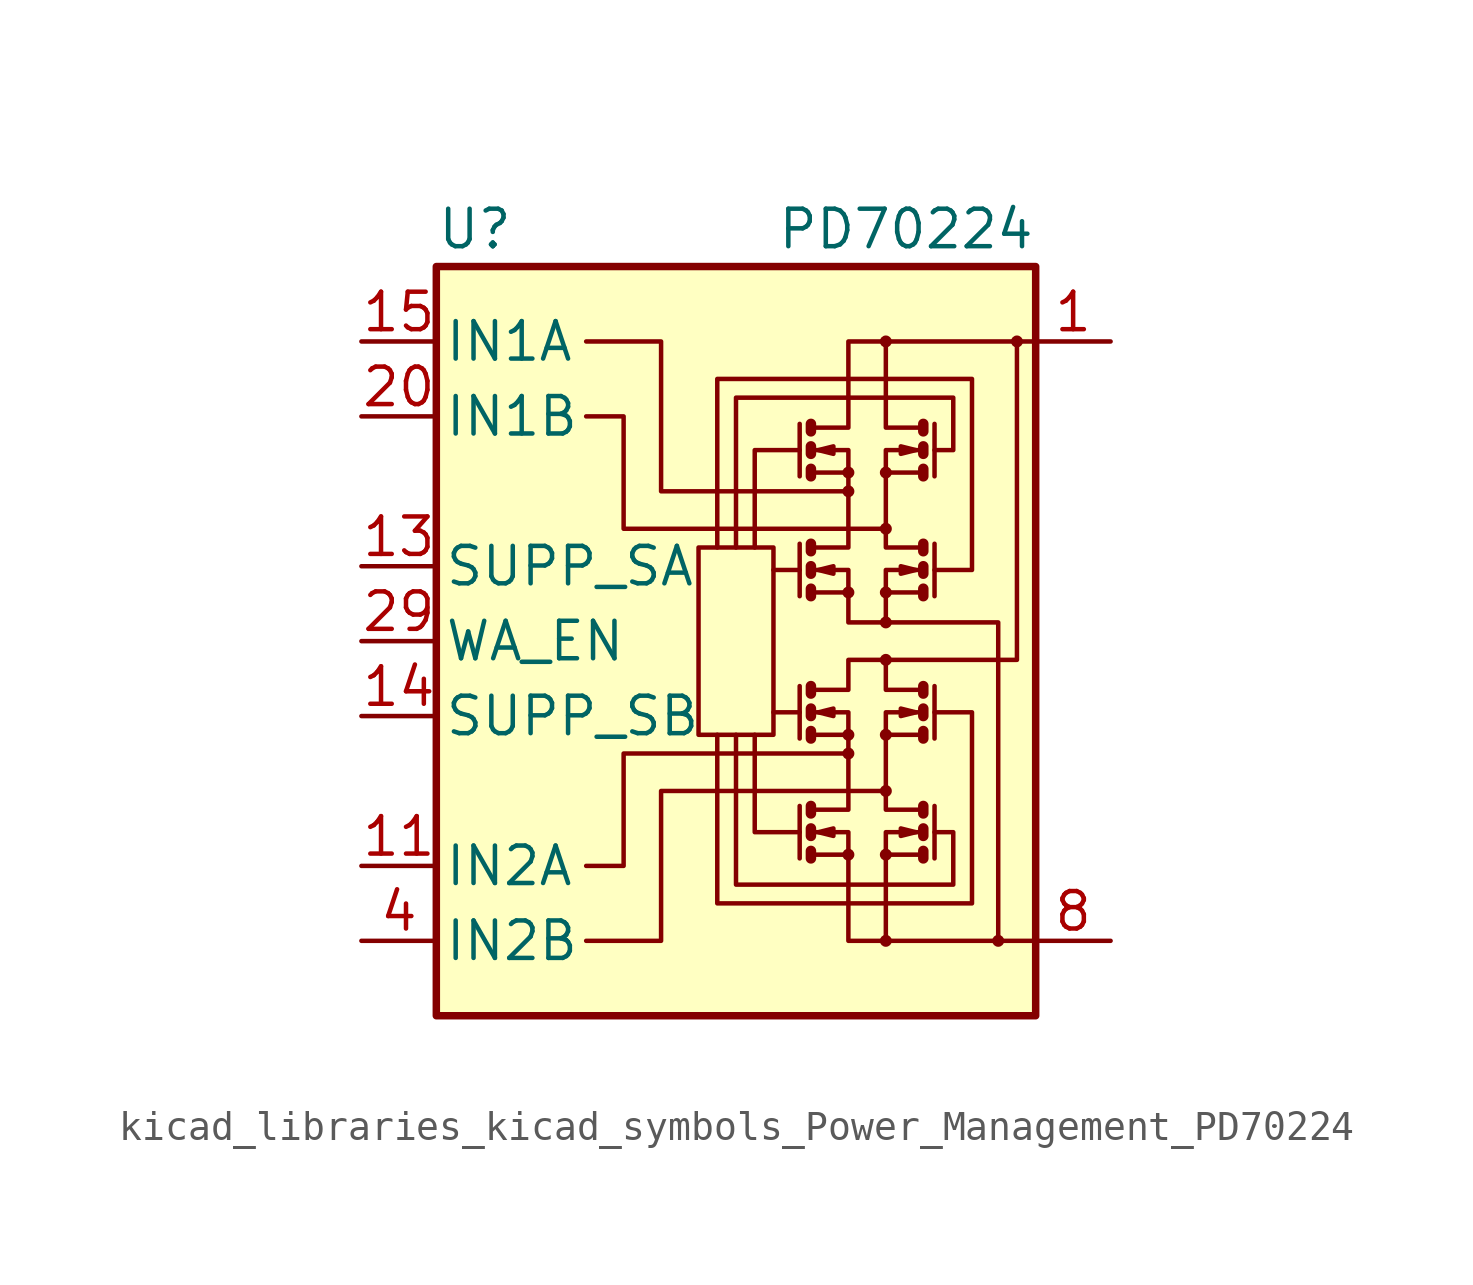
<source format=kicad_sym>
(kicad_symbol_lib
  (version 20220914)
  (generator kicad_symbol_editor)
  (symbol "kicad_libraries_kicad_symbols_Power_Management_PD70224"
    (pin_names
      (offset 0.254))
    (property "Reference" "U"
      (at -10.16 13.97 0)
      (effects (font (size 1.27 1.27)) (justify left)))
    (property "Value" "PD70224"
      (at 10.16 13.97 0)
      (effects (font (size 1.27 1.27)) (justify right)))
    (symbol "kicad_libraries_kicad_symbols_Power_Management_PD70224_0_1"
      (rectangle (start -10.16 12.7) (end 10.16 -12.7) (stroke (width 0.254) (type default)) (fill (type background)))
      (rectangle (start -1.27 3.175) (end 1.27 -3.175) (stroke (width 0) (type default)) (fill (type none)))
      (polyline (pts (xy 2.159 -5.588) (xy 2.159 -7.366)) (stroke (width 0) (type default)) (fill (type none)))
      (polyline (pts (xy 2.159 -2.413) (xy 1.27 -2.413)) (stroke (width 0) (type default)) (fill (type none)))
      (polyline (pts (xy 2.159 -1.524) (xy 2.159 -3.302)) (stroke (width 0) (type default)) (fill (type none)))
      (polyline (pts (xy 2.159 2.413) (xy 1.27 2.413)) (stroke (width 0) (type default)) (fill (type none)))
      (polyline (pts (xy 2.159 3.302) (xy 2.159 1.524)) (stroke (width 0) (type default)) (fill (type none)))
      (polyline (pts (xy 2.159 7.366) (xy 2.159 5.588)) (stroke (width 0) (type default)) (fill (type none)))
      (polyline (pts (xy 2.54 -7.239) (xy 3.81 -7.239)) (stroke (width 0) (type default)) (fill (type none)))
      (polyline (pts (xy 2.54 -3.175) (xy 3.81 -3.175)) (stroke (width 0) (type default)) (fill (type none)))
      (polyline (pts (xy 2.54 1.651) (xy 3.81 1.651)) (stroke (width 0) (type default)) (fill (type none)))
      (polyline (pts (xy 2.54 5.715) (xy 3.81 5.715)) (stroke (width 0) (type default)) (fill (type none)))
      (polyline (pts (xy 6.35 -7.239) (xy 5.08 -7.239)) (stroke (width 0) (type default)) (fill (type none)))
      (polyline (pts (xy 6.35 -3.175) (xy 5.08 -3.175)) (stroke (width 0) (type default)) (fill (type none)))
      (polyline (pts (xy 6.35 1.651) (xy 5.08 1.651)) (stroke (width 0) (type default)) (fill (type none)))
      (polyline (pts (xy 6.35 5.715) (xy 5.08 5.715)) (stroke (width 0) (type default)) (fill (type none)))
      (polyline (pts (xy 6.731 -5.588) (xy 6.731 -7.366)) (stroke (width 0) (type default)) (fill (type none)))
      (polyline (pts (xy 6.731 -1.524) (xy 6.731 -3.302)) (stroke (width 0) (type default)) (fill (type none)))
      (polyline (pts (xy 6.731 3.302) (xy 6.731 1.524)) (stroke (width 0) (type default)) (fill (type none)))
      (polyline (pts (xy 6.731 7.366) (xy 6.731 5.588)) (stroke (width 0) (type default)) (fill (type none)))
      (polyline (pts (xy 2.159 -6.477) (xy 0.635 -6.477) (xy 0.635 -3.175)) (stroke (width 0) (type default)) (fill (type none)))
      (polyline (pts (xy 2.159 6.477) (xy 0.635 6.477) (xy 0.635 3.175)) (stroke (width 0) (type default)) (fill (type none)))
      (polyline (pts (xy 2.54 -7.112) (xy 2.54 -7.366) (xy 2.54 -7.366)) (stroke (width 0.356) (type default)) (fill (type none)))
      (polyline (pts (xy 2.54 -6.35) (xy 2.54 -6.604) (xy 2.54 -6.604)) (stroke (width 0.356) (type default)) (fill (type none)))
      (polyline (pts (xy 2.54 -3.048) (xy 2.54 -3.302) (xy 2.54 -3.302)) (stroke (width 0.356) (type default)) (fill (type none)))
      (polyline (pts (xy 2.54 -2.286) (xy 2.54 -2.54) (xy 2.54 -2.54)) (stroke (width 0.356) (type default)) (fill (type none)))
      (polyline (pts (xy 2.54 -1.524) (xy 2.54 -1.778) (xy 2.54 -1.778)) (stroke (width 0.356) (type default)) (fill (type none)))
      (polyline (pts (xy 2.54 1.778) (xy 2.54 1.524) (xy 2.54 1.524)) (stroke (width 0.356) (type default)) (fill (type none)))
      (polyline (pts (xy 2.54 2.54) (xy 2.54 2.286) (xy 2.54 2.286)) (stroke (width 0.356) (type default)) (fill (type none)))
      (polyline (pts (xy 2.54 5.842) (xy 2.54 5.588) (xy 2.54 5.588)) (stroke (width 0.356) (type default)) (fill (type none)))
      (polyline (pts (xy 2.54 6.604) (xy 2.54 6.35) (xy 2.54 6.35)) (stroke (width 0.356) (type default)) (fill (type none)))
      (polyline (pts (xy 2.54 7.366) (xy 2.54 7.112) (xy 2.54 7.112)) (stroke (width 0.356) (type default)) (fill (type none)))
      (polyline (pts (xy 5.08 -10.16) (xy 5.08 -6.477) (xy 6.35 -6.477)) (stroke (width 0) (type default)) (fill (type none)))
      (polyline (pts (xy 6.35 -7.112) (xy 6.35 -7.366) (xy 6.35 -7.366)) (stroke (width 0.356) (type default)) (fill (type none)))
      (polyline (pts (xy 6.35 -6.35) (xy 6.35 -6.604) (xy 6.35 -6.604)) (stroke (width 0.356) (type default)) (fill (type none)))
      (polyline (pts (xy 6.35 -3.048) (xy 6.35 -3.302) (xy 6.35 -3.302)) (stroke (width 0.356) (type default)) (fill (type none)))
      (polyline (pts (xy 6.35 -2.286) (xy 6.35 -2.54) (xy 6.35 -2.54)) (stroke (width 0.356) (type default)) (fill (type none)))
      (polyline (pts (xy 6.35 -1.651) (xy 5.08 -1.651) (xy 5.08 -0.635)) (stroke (width 0) (type default)) (fill (type none)))
      (polyline (pts (xy 6.35 -1.524) (xy 6.35 -1.778) (xy 6.35 -1.778)) (stroke (width 0.356) (type default)) (fill (type none)))
      (polyline (pts (xy 6.35 1.778) (xy 6.35 1.524) (xy 6.35 1.524)) (stroke (width 0.356) (type default)) (fill (type none)))
      (polyline (pts (xy 6.35 2.413) (xy 5.08 2.413) (xy 5.08 0.635)) (stroke (width 0) (type default)) (fill (type none)))
      (polyline (pts (xy 6.35 2.54) (xy 6.35 2.286) (xy 6.35 2.286)) (stroke (width 0.356) (type default)) (fill (type none)))
      (polyline (pts (xy 6.35 5.842) (xy 6.35 5.588) (xy 6.35 5.588)) (stroke (width 0.356) (type default)) (fill (type none)))
      (polyline (pts (xy 6.35 6.604) (xy 6.35 6.35) (xy 6.35 6.35)) (stroke (width 0.356) (type default)) (fill (type none)))
      (polyline (pts (xy 6.35 7.239) (xy 5.08 7.239) (xy 5.08 10.16)) (stroke (width 0) (type default)) (fill (type none)))
      (polyline (pts (xy 6.35 7.366) (xy 6.35 7.112) (xy 6.35 7.112)) (stroke (width 0.356) (type default)) (fill (type none)))
      (polyline (pts (xy -5.08 -10.16) (xy -2.54 -10.16) (xy -2.54 -5.08) (xy 5.08 -5.08)) (stroke (width 0) (type default)) (fill (type none)))
      (polyline (pts (xy 2.54 -6.477) (xy 3.81 -6.477) (xy 3.81 -10.16) (xy 10.16 -10.16)) (stroke (width 0) (type default)) (fill (type none)))
      (polyline (pts (xy 2.54 -2.413) (xy 3.81 -2.413) (xy 3.81 -5.715) (xy 2.54 -5.715)) (stroke (width 0) (type default)) (fill (type none)))
      (polyline (pts (xy 2.54 6.477) (xy 3.81 6.477) (xy 3.81 3.175) (xy 2.54 3.175)) (stroke (width 0) (type default)) (fill (type none)))
      (polyline (pts (xy 2.54 7.239) (xy 3.81 7.239) (xy 3.81 10.16) (xy 10.16 10.16)) (stroke (width 0) (type default)) (fill (type none)))
      (polyline (pts (xy 2.794 -6.477) (xy 3.302 -6.35) (xy 3.302 -6.604) (xy 2.794 -6.477)) (stroke (width 0) (type default)) (fill (type none)))
      (polyline (pts (xy 2.794 -2.413) (xy 3.302 -2.286) (xy 3.302 -2.54) (xy 2.794 -2.413)) (stroke (width 0) (type default)) (fill (type none)))
      (polyline (pts (xy 2.794 2.413) (xy 3.302 2.54) (xy 3.302 2.286) (xy 2.794 2.413)) (stroke (width 0) (type default)) (fill (type none)))
      (polyline (pts (xy 2.794 6.477) (xy 3.302 6.604) (xy 3.302 6.35) (xy 2.794 6.477)) (stroke (width 0) (type default)) (fill (type none)))
      (polyline (pts (xy 3.81 -3.81) (xy -3.81 -3.81) (xy -3.81 -7.62) (xy -5.08 -7.62)) (stroke (width 0) (type default)) (fill (type none)))
      (polyline (pts (xy 3.81 5.08) (xy -2.54 5.08) (xy -2.54 10.16) (xy -5.08 10.16)) (stroke (width 0) (type default)) (fill (type none)))
      (polyline (pts (xy 5.08 3.81) (xy -3.81 3.81) (xy -3.81 7.62) (xy -5.08 7.62)) (stroke (width 0) (type default)) (fill (type none)))
      (polyline (pts (xy 6.096 -6.477) (xy 5.588 -6.35) (xy 5.588 -6.604) (xy 6.096 -6.477)) (stroke (width 0) (type default)) (fill (type none)))
      (polyline (pts (xy 6.096 -2.413) (xy 5.588 -2.286) (xy 5.588 -2.54) (xy 6.096 -2.413)) (stroke (width 0) (type default)) (fill (type none)))
      (polyline (pts (xy 6.096 2.413) (xy 5.588 2.54) (xy 5.588 2.286) (xy 6.096 2.413)) (stroke (width 0) (type default)) (fill (type none)))
      (polyline (pts (xy 6.096 6.477) (xy 5.588 6.604) (xy 5.588 6.35) (xy 6.096 6.477)) (stroke (width 0) (type default)) (fill (type none)))
      (polyline (pts (xy 6.35 -2.413) (xy 5.08 -2.413) (xy 5.08 -5.715) (xy 6.35 -5.715)) (stroke (width 0) (type default)) (fill (type none)))
      (polyline (pts (xy 6.35 6.477) (xy 5.08 6.477) (xy 5.08 3.175) (xy 6.35 3.175)) (stroke (width 0) (type default)) (fill (type none)))
      (polyline (pts (xy -0.635 3.175) (xy -0.635 8.89) (xy 8.001 8.89) (xy 8.001 2.413) (xy 6.731 2.413)) (stroke (width 0) (type default)) (fill (type none)))
      (polyline (pts (xy 0 -3.175) (xy 0 -8.255) (xy 7.366 -8.255) (xy 7.366 -6.477) (xy 6.731 -6.477)) (stroke (width 0) (type default)) (fill (type none)))
      (polyline (pts (xy 2.54 -1.651) (xy 3.81 -1.651) (xy 3.81 -0.635) (xy 9.525 -0.635) (xy 9.525 10.16)) (stroke (width 0) (type default)) (fill (type none)))
      (polyline (pts (xy 2.54 2.413) (xy 3.81 2.413) (xy 3.81 0.635) (xy 8.89 0.635) (xy 8.89 -10.16)) (stroke (width 0) (type default)) (fill (type none)))
      (polyline (pts (xy 6.731 -2.413) (xy 8.001 -2.413) (xy 8.001 -8.89) (xy -0.635 -8.89) (xy -0.635 -3.175)) (stroke (width 0) (type default)) (fill (type none)))
      (polyline (pts (xy 6.731 6.477) (xy 7.366 6.477) (xy 7.366 8.255) (xy 0 8.255) (xy 0 3.175)) (stroke (width 0) (type default)) (fill (type none)))
      (circle (center 3.81 -7.239) (radius 0.127) (stroke (width 0) (type default)) (fill (type none)))
      (circle (center 3.81 -3.81) (radius 0.127) (stroke (width 0) (type default)) (fill (type none)))
      (circle (center 3.81 -3.175) (radius 0.127) (stroke (width 0) (type default)) (fill (type none)))
      (circle (center 3.81 1.651) (radius 0.127) (stroke (width 0) (type default)) (fill (type none)))
      (circle (center 3.81 5.08) (radius 0.127) (stroke (width 0) (type default)) (fill (type none)))
      (circle (center 3.81 5.715) (radius 0.127) (stroke (width 0) (type default)) (fill (type none)))
      (circle (center 5.08 -10.16) (radius 0.127) (stroke (width 0) (type default)) (fill (type none)))
      (circle (center 5.08 -7.239) (radius 0.127) (stroke (width 0) (type default)) (fill (type none)))
      (circle (center 5.08 -5.08) (radius 0.127) (stroke (width 0) (type default)) (fill (type none)))
      (circle (center 5.08 -3.175) (radius 0.127) (stroke (width 0) (type default)) (fill (type none)))
      (circle (center 5.08 -0.635) (radius 0.127) (stroke (width 0) (type default)) (fill (type none)))
      (circle (center 5.08 0.635) (radius 0.127) (stroke (width 0) (type default)) (fill (type none)))
      (circle (center 5.08 1.651) (radius 0.127) (stroke (width 0) (type default)) (fill (type none)))
      (circle (center 5.08 3.81) (radius 0.127) (stroke (width 0) (type default)) (fill (type none)))
      (circle (center 5.08 5.715) (radius 0.127) (stroke (width 0) (type default)) (fill (type none)))
      (circle (center 5.08 10.16) (radius 0.127) (stroke (width 0) (type default)) (fill (type none)))
      (circle (center 8.89 -10.16) (radius 0.127) (stroke (width 0) (type default)) (fill (type none)))
      (circle (center 9.525 10.16) (radius 0.127) (stroke (width 0) (type default)) (fill (type none))))
    (symbol "kicad_libraries_kicad_symbols_Power_Management_PD70224_1_1"
      (polyline (pts (xy 2.54 -5.588) (xy 2.54 -5.842)) (stroke (width 0.356) (type default)) (fill (type none)))
      (polyline (pts (xy 2.54 3.302) (xy 2.54 3.048)) (stroke (width 0.356) (type default)) (fill (type none)))
      (polyline (pts (xy 6.35 -5.588) (xy 6.35 -5.842)) (stroke (width 0.356) (type default)) (fill (type none)))
      (polyline (pts (xy 6.35 3.302) (xy 6.35 3.048)) (stroke (width 0.356) (type default)) (fill (type none)))
      (pin power_in line (at 12.7 10.16 180) (length 2.54) (name "~" (effects (font (size 1.27 1.27)))) (number "1" (effects (font (size 1.27 1.27)))))
      (pin passive line (at 12.7 -10.16 180) (length 2.54) hide (name "~" (effects (font (size 1.27 1.27)))) (number "10" (effects (font (size 1.27 1.27)))))
      (pin passive line (at -12.7 -7.62 0) (length 2.54) (name "IN2A" (effects (font (size 1.27 1.27)))) (number "11" (effects (font (size 1.27 1.27)))))
      (pin passive line (at -12.7 -7.62 0) (length 2.54) hide (name "IN2A" (effects (font (size 1.27 1.27)))) (number "12" (effects (font (size 1.27 1.27)))))
      (pin input line (at -12.7 2.54 0) (length 2.54) (name "SUPP_SA" (effects (font (size 1.27 1.27)))) (number "13" (effects (font (size 1.27 1.27)))))
      (pin input line (at -12.7 -2.54 0) (length 2.54) (name "SUPP_SB" (effects (font (size 1.27 1.27)))) (number "14" (effects (font (size 1.27 1.27)))))
      (pin passive line (at -12.7 10.16 0) (length 2.54) (name "IN1A" (effects (font (size 1.27 1.27)))) (number "15" (effects (font (size 1.27 1.27)))))
      (pin passive line (at -12.7 10.16 0) (length 2.54) hide (name "IN1A" (effects (font (size 1.27 1.27)))) (number "16" (effects (font (size 1.27 1.27)))))
      (pin passive line (at 12.7 -10.16 180) (length 2.54) hide (name "~" (effects (font (size 1.27 1.27)))) (number "17" (effects (font (size 1.27 1.27)))))
      (pin passive line (at 12.7 -10.16 180) (length 2.54) hide (name "~" (effects (font (size 1.27 1.27)))) (number "18" (effects (font (size 1.27 1.27)))))
      (pin passive line (at 12.7 -10.16 180) (length 2.54) hide (name "~" (effects (font (size 1.27 1.27)))) (number "19" (effects (font (size 1.27 1.27)))))
      (pin passive line (at 12.7 10.16 180) (length 2.54) hide (name "~" (effects (font (size 1.27 1.27)))) (number "2" (effects (font (size 1.27 1.27)))))
      (pin passive line (at -12.7 7.62 0) (length 2.54) (name "IN1B" (effects (font (size 1.27 1.27)))) (number "20" (effects (font (size 1.27 1.27)))))
      (pin passive line (at -12.7 7.62 0) (length 2.54) hide (name "IN1B" (effects (font (size 1.27 1.27)))) (number "21" (effects (font (size 1.27 1.27)))))
      (pin passive line (at -12.7 7.62 0) (length 2.54) hide (name "IN1B" (effects (font (size 1.27 1.27)))) (number "22" (effects (font (size 1.27 1.27)))))
      (pin passive line (at -12.7 7.62 0) (length 2.54) hide (name "IN1B" (effects (font (size 1.27 1.27)))) (number "23" (effects (font (size 1.27 1.27)))))
      (pin passive line (at 12.7 10.16 180) (length 2.54) hide (name "~" (effects (font (size 1.27 1.27)))) (number "24" (effects (font (size 1.27 1.27)))))
      (pin passive line (at 12.7 10.16 180) (length 2.54) hide (name "~" (effects (font (size 1.27 1.27)))) (number "25" (effects (font (size 1.27 1.27)))))
      (pin passive line (at 12.7 10.16 180) (length 2.54) hide (name "~" (effects (font (size 1.27 1.27)))) (number "26" (effects (font (size 1.27 1.27)))))
      (pin passive line (at -12.7 10.16 0) (length 2.54) hide (name "IN1A" (effects (font (size 1.27 1.27)))) (number "27" (effects (font (size 1.27 1.27)))))
      (pin passive line (at -12.7 10.16 0) (length 2.54) hide (name "IN1A" (effects (font (size 1.27 1.27)))) (number "28" (effects (font (size 1.27 1.27)))))
      (pin input line (at -12.7 0 0) (length 2.54) (name "WA_EN" (effects (font (size 1.27 1.27)))) (number "29" (effects (font (size 1.27 1.27)))))
      (pin passive line (at 12.7 10.16 180) (length 2.54) hide (name "~" (effects (font (size 1.27 1.27)))) (number "3" (effects (font (size 1.27 1.27)))))
      (pin no_connect line (at -10.16 5.08 0) (length 2.54) hide (name "NC" (effects (font (size 1.27 1.27)))) (number "30" (effects (font (size 1.27 1.27)))))
      (pin passive line (at -12.7 -7.62 0) (length 2.54) hide (name "IN2A" (effects (font (size 1.27 1.27)))) (number "31" (effects (font (size 1.27 1.27)))))
      (pin passive line (at -12.7 -7.62 0) (length 2.54) hide (name "IN2A" (effects (font (size 1.27 1.27)))) (number "32" (effects (font (size 1.27 1.27)))))
      (pin passive line (at 12.7 10.16 180) (length 2.54) hide (name "~" (effects (font (size 1.27 1.27)))) (number "33" (effects (font (size 1.27 1.27)))))
      (pin passive line (at 12.7 -10.16 180) (length 2.54) hide (name "~" (effects (font (size 1.27 1.27)))) (number "34" (effects (font (size 1.27 1.27)))))
      (pin passive line (at -12.7 -10.16 0) (length 2.54) (name "IN2B" (effects (font (size 1.27 1.27)))) (number "4" (effects (font (size 1.27 1.27)))))
      (pin passive line (at -12.7 -10.16 0) (length 2.54) hide (name "IN2B" (effects (font (size 1.27 1.27)))) (number "5" (effects (font (size 1.27 1.27)))))
      (pin passive line (at -12.7 -10.16 0) (length 2.54) hide (name "IN2B" (effects (font (size 1.27 1.27)))) (number "6" (effects (font (size 1.27 1.27)))))
      (pin passive line (at -12.7 -10.16 0) (length 2.54) hide (name "IN2B" (effects (font (size 1.27 1.27)))) (number "7" (effects (font (size 1.27 1.27)))))
      (pin power_in line (at 12.7 -10.16 180) (length 2.54) (name "~" (effects (font (size 1.27 1.27)))) (number "8" (effects (font (size 1.27 1.27)))))
      (pin passive line (at 12.7 -10.16 180) (length 2.54) hide (name "~" (effects (font (size 1.27 1.27)))) (number "9" (effects (font (size 1.27 1.27))))))))
</source>
